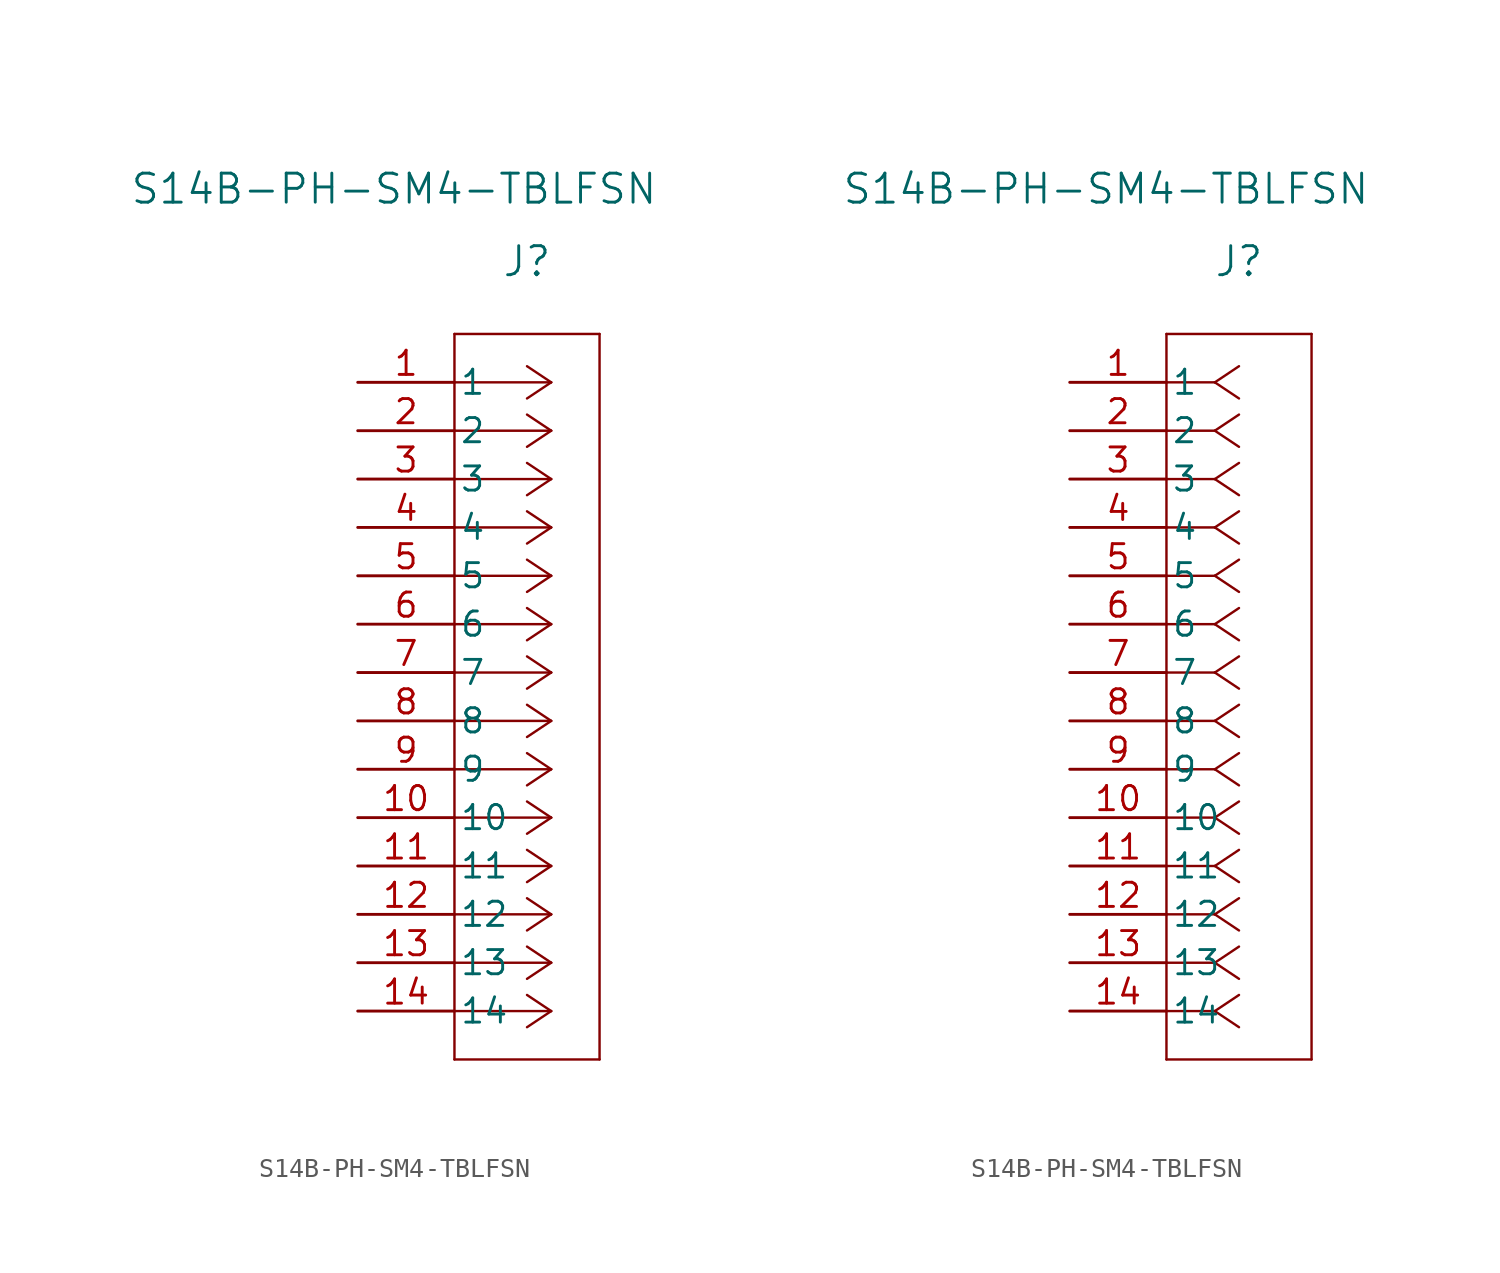
<source format=kicad_sym>
(kicad_symbol_lib
  (version 20220914)
  (generator kicad_symbol_editor)
  (symbol "S14B-PH-SM4-TBLFSN"
    (pin_names
      (offset 0.254))
    (property "Reference" "J"
      (at 8.89 6.35 0)
      (effects (font (size 1.524 1.524))))
    (property "Value" "S14B-PH-SM4-TBLFSN"
      (at 1.905 10.16 0)
      (effects (font (size 1.524 1.524))))
    (property "ki_locked" ""
      (at 0 0 0)
      (effects (font (size 1.27 1.27))))
    (symbol "S14B-PH-SM4-TBLFSN_1_1"
      (polyline (pts (xy 5.08 -35.56) (xy 12.7 -35.56)) (stroke (width 0.127) (type default)) (fill (type none)))
      (polyline (pts (xy 5.08 2.54) (xy 5.08 -35.56)) (stroke (width 0.127) (type default)) (fill (type none)))
      (polyline (pts (xy 10.16 -33.02) (xy 5.08 -33.02)) (stroke (width 0.127) (type default)) (fill (type none)))
      (polyline (pts (xy 10.16 -33.02) (xy 8.89 -33.867)) (stroke (width 0.127) (type default)) (fill (type none)))
      (polyline (pts (xy 10.16 -33.02) (xy 8.89 -32.173)) (stroke (width 0.127) (type default)) (fill (type none)))
      (polyline (pts (xy 10.16 -30.48) (xy 5.08 -30.48)) (stroke (width 0.127) (type default)) (fill (type none)))
      (polyline (pts (xy 10.16 -30.48) (xy 8.89 -31.327)) (stroke (width 0.127) (type default)) (fill (type none)))
      (polyline (pts (xy 10.16 -30.48) (xy 8.89 -29.633)) (stroke (width 0.127) (type default)) (fill (type none)))
      (polyline (pts (xy 10.16 -27.94) (xy 5.08 -27.94)) (stroke (width 0.127) (type default)) (fill (type none)))
      (polyline (pts (xy 10.16 -27.94) (xy 8.89 -28.787)) (stroke (width 0.127) (type default)) (fill (type none)))
      (polyline (pts (xy 10.16 -27.94) (xy 8.89 -27.093)) (stroke (width 0.127) (type default)) (fill (type none)))
      (polyline (pts (xy 10.16 -25.4) (xy 5.08 -25.4)) (stroke (width 0.127) (type default)) (fill (type none)))
      (polyline (pts (xy 10.16 -25.4) (xy 8.89 -26.247)) (stroke (width 0.127) (type default)) (fill (type none)))
      (polyline (pts (xy 10.16 -25.4) (xy 8.89 -24.553)) (stroke (width 0.127) (type default)) (fill (type none)))
      (polyline (pts (xy 10.16 -22.86) (xy 5.08 -22.86)) (stroke (width 0.127) (type default)) (fill (type none)))
      (polyline (pts (xy 10.16 -22.86) (xy 8.89 -23.707)) (stroke (width 0.127) (type default)) (fill (type none)))
      (polyline (pts (xy 10.16 -22.86) (xy 8.89 -22.013)) (stroke (width 0.127) (type default)) (fill (type none)))
      (polyline (pts (xy 10.16 -20.32) (xy 5.08 -20.32)) (stroke (width 0.127) (type default)) (fill (type none)))
      (polyline (pts (xy 10.16 -20.32) (xy 8.89 -21.167)) (stroke (width 0.127) (type default)) (fill (type none)))
      (polyline (pts (xy 10.16 -20.32) (xy 8.89 -19.473)) (stroke (width 0.127) (type default)) (fill (type none)))
      (polyline (pts (xy 10.16 -17.78) (xy 5.08 -17.78)) (stroke (width 0.127) (type default)) (fill (type none)))
      (polyline (pts (xy 10.16 -17.78) (xy 8.89 -18.627)) (stroke (width 0.127) (type default)) (fill (type none)))
      (polyline (pts (xy 10.16 -17.78) (xy 8.89 -16.933)) (stroke (width 0.127) (type default)) (fill (type none)))
      (polyline (pts (xy 10.16 -15.24) (xy 5.08 -15.24)) (stroke (width 0.127) (type default)) (fill (type none)))
      (polyline (pts (xy 10.16 -15.24) (xy 8.89 -16.087)) (stroke (width 0.127) (type default)) (fill (type none)))
      (polyline (pts (xy 10.16 -15.24) (xy 8.89 -14.393)) (stroke (width 0.127) (type default)) (fill (type none)))
      (polyline (pts (xy 10.16 -12.7) (xy 5.08 -12.7)) (stroke (width 0.127) (type default)) (fill (type none)))
      (polyline (pts (xy 10.16 -12.7) (xy 8.89 -13.547)) (stroke (width 0.127) (type default)) (fill (type none)))
      (polyline (pts (xy 10.16 -12.7) (xy 8.89 -11.853)) (stroke (width 0.127) (type default)) (fill (type none)))
      (polyline (pts (xy 10.16 -10.16) (xy 5.08 -10.16)) (stroke (width 0.127) (type default)) (fill (type none)))
      (polyline (pts (xy 10.16 -10.16) (xy 8.89 -11.007)) (stroke (width 0.127) (type default)) (fill (type none)))
      (polyline (pts (xy 10.16 -10.16) (xy 8.89 -9.313)) (stroke (width 0.127) (type default)) (fill (type none)))
      (polyline (pts (xy 10.16 -7.62) (xy 5.08 -7.62)) (stroke (width 0.127) (type default)) (fill (type none)))
      (polyline (pts (xy 10.16 -7.62) (xy 8.89 -8.467)) (stroke (width 0.127) (type default)) (fill (type none)))
      (polyline (pts (xy 10.16 -7.62) (xy 8.89 -6.773)) (stroke (width 0.127) (type default)) (fill (type none)))
      (polyline (pts (xy 10.16 -5.08) (xy 5.08 -5.08)) (stroke (width 0.127) (type default)) (fill (type none)))
      (polyline (pts (xy 10.16 -5.08) (xy 8.89 -5.927)) (stroke (width 0.127) (type default)) (fill (type none)))
      (polyline (pts (xy 10.16 -5.08) (xy 8.89 -4.233)) (stroke (width 0.127) (type default)) (fill (type none)))
      (polyline (pts (xy 10.16 -2.54) (xy 5.08 -2.54)) (stroke (width 0.127) (type default)) (fill (type none)))
      (polyline (pts (xy 10.16 -2.54) (xy 8.89 -3.387)) (stroke (width 0.127) (type default)) (fill (type none)))
      (polyline (pts (xy 10.16 -2.54) (xy 8.89 -1.693)) (stroke (width 0.127) (type default)) (fill (type none)))
      (polyline (pts (xy 10.16 0) (xy 5.08 0)) (stroke (width 0.127) (type default)) (fill (type none)))
      (polyline (pts (xy 10.16 0) (xy 8.89 -0.847)) (stroke (width 0.127) (type default)) (fill (type none)))
      (polyline (pts (xy 10.16 0) (xy 8.89 0.847)) (stroke (width 0.127) (type default)) (fill (type none)))
      (polyline (pts (xy 12.7 -35.56) (xy 12.7 2.54)) (stroke (width 0.127) (type default)) (fill (type none)))
      (polyline (pts (xy 12.7 2.54) (xy 5.08 2.54)) (stroke (width 0.127) (type default)) (fill (type none)))
      (pin unspecified line (at 0 0 0) (length 5.08) (name "1" (effects (font (size 1.27 1.27)))) (number "1" (effects (font (size 1.27 1.27)))))
      (pin unspecified line (at 0 -22.86 0) (length 5.08) (name "10" (effects (font (size 1.27 1.27)))) (number "10" (effects (font (size 1.27 1.27)))))
      (pin unspecified line (at 0 -25.4 0) (length 5.08) (name "11" (effects (font (size 1.27 1.27)))) (number "11" (effects (font (size 1.27 1.27)))))
      (pin unspecified line (at 0 -27.94 0) (length 5.08) (name "12" (effects (font (size 1.27 1.27)))) (number "12" (effects (font (size 1.27 1.27)))))
      (pin unspecified line (at 0 -30.48 0) (length 5.08) (name "13" (effects (font (size 1.27 1.27)))) (number "13" (effects (font (size 1.27 1.27)))))
      (pin unspecified line (at 0 -33.02 0) (length 5.08) (name "14" (effects (font (size 1.27 1.27)))) (number "14" (effects (font (size 1.27 1.27)))))
      (pin unspecified line (at 0 -2.54 0) (length 5.08) (name "2" (effects (font (size 1.27 1.27)))) (number "2" (effects (font (size 1.27 1.27)))))
      (pin unspecified line (at 0 -5.08 0) (length 5.08) (name "3" (effects (font (size 1.27 1.27)))) (number "3" (effects (font (size 1.27 1.27)))))
      (pin unspecified line (at 0 -7.62 0) (length 5.08) (name "4" (effects (font (size 1.27 1.27)))) (number "4" (effects (font (size 1.27 1.27)))))
      (pin unspecified line (at 0 -10.16 0) (length 5.08) (name "5" (effects (font (size 1.27 1.27)))) (number "5" (effects (font (size 1.27 1.27)))))
      (pin unspecified line (at 0 -12.7 0) (length 5.08) (name "6" (effects (font (size 1.27 1.27)))) (number "6" (effects (font (size 1.27 1.27)))))
      (pin unspecified line (at 0 -15.24 0) (length 5.08) (name "7" (effects (font (size 1.27 1.27)))) (number "7" (effects (font (size 1.27 1.27)))))
      (pin unspecified line (at 0 -17.78 0) (length 5.08) (name "8" (effects (font (size 1.27 1.27)))) (number "8" (effects (font (size 1.27 1.27)))))
      (pin unspecified line (at 0 -20.32 0) (length 5.08) (name "9" (effects (font (size 1.27 1.27)))) (number "9" (effects (font (size 1.27 1.27))))))
    (symbol "S14B-PH-SM4-TBLFSN_1_2"
      (polyline (pts (xy 5.08 -35.56) (xy 12.7 -35.56)) (stroke (width 0.127) (type default)) (fill (type none)))
      (polyline (pts (xy 5.08 2.54) (xy 5.08 -35.56)) (stroke (width 0.127) (type default)) (fill (type none)))
      (polyline (pts (xy 7.62 -33.02) (xy 5.08 -33.02)) (stroke (width 0.127) (type default)) (fill (type none)))
      (polyline (pts (xy 7.62 -33.02) (xy 8.89 -33.867)) (stroke (width 0.127) (type default)) (fill (type none)))
      (polyline (pts (xy 7.62 -33.02) (xy 8.89 -32.173)) (stroke (width 0.127) (type default)) (fill (type none)))
      (polyline (pts (xy 7.62 -30.48) (xy 5.08 -30.48)) (stroke (width 0.127) (type default)) (fill (type none)))
      (polyline (pts (xy 7.62 -30.48) (xy 8.89 -31.327)) (stroke (width 0.127) (type default)) (fill (type none)))
      (polyline (pts (xy 7.62 -30.48) (xy 8.89 -29.633)) (stroke (width 0.127) (type default)) (fill (type none)))
      (polyline (pts (xy 7.62 -27.94) (xy 5.08 -27.94)) (stroke (width 0.127) (type default)) (fill (type none)))
      (polyline (pts (xy 7.62 -27.94) (xy 8.89 -28.787)) (stroke (width 0.127) (type default)) (fill (type none)))
      (polyline (pts (xy 7.62 -27.94) (xy 8.89 -27.093)) (stroke (width 0.127) (type default)) (fill (type none)))
      (polyline (pts (xy 7.62 -25.4) (xy 5.08 -25.4)) (stroke (width 0.127) (type default)) (fill (type none)))
      (polyline (pts (xy 7.62 -25.4) (xy 8.89 -26.247)) (stroke (width 0.127) (type default)) (fill (type none)))
      (polyline (pts (xy 7.62 -25.4) (xy 8.89 -24.553)) (stroke (width 0.127) (type default)) (fill (type none)))
      (polyline (pts (xy 7.62 -22.86) (xy 5.08 -22.86)) (stroke (width 0.127) (type default)) (fill (type none)))
      (polyline (pts (xy 7.62 -22.86) (xy 8.89 -23.707)) (stroke (width 0.127) (type default)) (fill (type none)))
      (polyline (pts (xy 7.62 -22.86) (xy 8.89 -22.013)) (stroke (width 0.127) (type default)) (fill (type none)))
      (polyline (pts (xy 7.62 -20.32) (xy 5.08 -20.32)) (stroke (width 0.127) (type default)) (fill (type none)))
      (polyline (pts (xy 7.62 -20.32) (xy 8.89 -21.167)) (stroke (width 0.127) (type default)) (fill (type none)))
      (polyline (pts (xy 7.62 -20.32) (xy 8.89 -19.473)) (stroke (width 0.127) (type default)) (fill (type none)))
      (polyline (pts (xy 7.62 -17.78) (xy 5.08 -17.78)) (stroke (width 0.127) (type default)) (fill (type none)))
      (polyline (pts (xy 7.62 -17.78) (xy 8.89 -18.627)) (stroke (width 0.127) (type default)) (fill (type none)))
      (polyline (pts (xy 7.62 -17.78) (xy 8.89 -16.933)) (stroke (width 0.127) (type default)) (fill (type none)))
      (polyline (pts (xy 7.62 -15.24) (xy 5.08 -15.24)) (stroke (width 0.127) (type default)) (fill (type none)))
      (polyline (pts (xy 7.62 -15.24) (xy 8.89 -16.087)) (stroke (width 0.127) (type default)) (fill (type none)))
      (polyline (pts (xy 7.62 -15.24) (xy 8.89 -14.393)) (stroke (width 0.127) (type default)) (fill (type none)))
      (polyline (pts (xy 7.62 -12.7) (xy 5.08 -12.7)) (stroke (width 0.127) (type default)) (fill (type none)))
      (polyline (pts (xy 7.62 -12.7) (xy 8.89 -13.547)) (stroke (width 0.127) (type default)) (fill (type none)))
      (polyline (pts (xy 7.62 -12.7) (xy 8.89 -11.853)) (stroke (width 0.127) (type default)) (fill (type none)))
      (polyline (pts (xy 7.62 -10.16) (xy 5.08 -10.16)) (stroke (width 0.127) (type default)) (fill (type none)))
      (polyline (pts (xy 7.62 -10.16) (xy 8.89 -11.007)) (stroke (width 0.127) (type default)) (fill (type none)))
      (polyline (pts (xy 7.62 -10.16) (xy 8.89 -9.313)) (stroke (width 0.127) (type default)) (fill (type none)))
      (polyline (pts (xy 7.62 -7.62) (xy 5.08 -7.62)) (stroke (width 0.127) (type default)) (fill (type none)))
      (polyline (pts (xy 7.62 -7.62) (xy 8.89 -8.467)) (stroke (width 0.127) (type default)) (fill (type none)))
      (polyline (pts (xy 7.62 -7.62) (xy 8.89 -6.773)) (stroke (width 0.127) (type default)) (fill (type none)))
      (polyline (pts (xy 7.62 -5.08) (xy 5.08 -5.08)) (stroke (width 0.127) (type default)) (fill (type none)))
      (polyline (pts (xy 7.62 -5.08) (xy 8.89 -5.927)) (stroke (width 0.127) (type default)) (fill (type none)))
      (polyline (pts (xy 7.62 -5.08) (xy 8.89 -4.233)) (stroke (width 0.127) (type default)) (fill (type none)))
      (polyline (pts (xy 7.62 -2.54) (xy 5.08 -2.54)) (stroke (width 0.127) (type default)) (fill (type none)))
      (polyline (pts (xy 7.62 -2.54) (xy 8.89 -3.387)) (stroke (width 0.127) (type default)) (fill (type none)))
      (polyline (pts (xy 7.62 -2.54) (xy 8.89 -1.693)) (stroke (width 0.127) (type default)) (fill (type none)))
      (polyline (pts (xy 7.62 0) (xy 5.08 0)) (stroke (width 0.127) (type default)) (fill (type none)))
      (polyline (pts (xy 7.62 0) (xy 8.89 -0.847)) (stroke (width 0.127) (type default)) (fill (type none)))
      (polyline (pts (xy 7.62 0) (xy 8.89 0.847)) (stroke (width 0.127) (type default)) (fill (type none)))
      (polyline (pts (xy 12.7 -35.56) (xy 12.7 2.54)) (stroke (width 0.127) (type default)) (fill (type none)))
      (polyline (pts (xy 12.7 2.54) (xy 5.08 2.54)) (stroke (width 0.127) (type default)) (fill (type none)))
      (pin unspecified line (at 0 0 0) (length 5.08) (name "1" (effects (font (size 1.27 1.27)))) (number "1" (effects (font (size 1.27 1.27)))))
      (pin unspecified line (at 0 -22.86 0) (length 5.08) (name "10" (effects (font (size 1.27 1.27)))) (number "10" (effects (font (size 1.27 1.27)))))
      (pin unspecified line (at 0 -25.4 0) (length 5.08) (name "11" (effects (font (size 1.27 1.27)))) (number "11" (effects (font (size 1.27 1.27)))))
      (pin unspecified line (at 0 -27.94 0) (length 5.08) (name "12" (effects (font (size 1.27 1.27)))) (number "12" (effects (font (size 1.27 1.27)))))
      (pin unspecified line (at 0 -30.48 0) (length 5.08) (name "13" (effects (font (size 1.27 1.27)))) (number "13" (effects (font (size 1.27 1.27)))))
      (pin unspecified line (at 0 -33.02 0) (length 5.08) (name "14" (effects (font (size 1.27 1.27)))) (number "14" (effects (font (size 1.27 1.27)))))
      (pin unspecified line (at 0 -2.54 0) (length 5.08) (name "2" (effects (font (size 1.27 1.27)))) (number "2" (effects (font (size 1.27 1.27)))))
      (pin unspecified line (at 0 -5.08 0) (length 5.08) (name "3" (effects (font (size 1.27 1.27)))) (number "3" (effects (font (size 1.27 1.27)))))
      (pin unspecified line (at 0 -7.62 0) (length 5.08) (name "4" (effects (font (size 1.27 1.27)))) (number "4" (effects (font (size 1.27 1.27)))))
      (pin unspecified line (at 0 -10.16 0) (length 5.08) (name "5" (effects (font (size 1.27 1.27)))) (number "5" (effects (font (size 1.27 1.27)))))
      (pin unspecified line (at 0 -12.7 0) (length 5.08) (name "6" (effects (font (size 1.27 1.27)))) (number "6" (effects (font (size 1.27 1.27)))))
      (pin unspecified line (at 0 -15.24 0) (length 5.08) (name "7" (effects (font (size 1.27 1.27)))) (number "7" (effects (font (size 1.27 1.27)))))
      (pin unspecified line (at 0 -17.78 0) (length 5.08) (name "8" (effects (font (size 1.27 1.27)))) (number "8" (effects (font (size 1.27 1.27)))))
      (pin unspecified line (at 0 -20.32 0) (length 5.08) (name "9" (effects (font (size 1.27 1.27)))) (number "9" (effects (font (size 1.27 1.27))))))))
</source>
